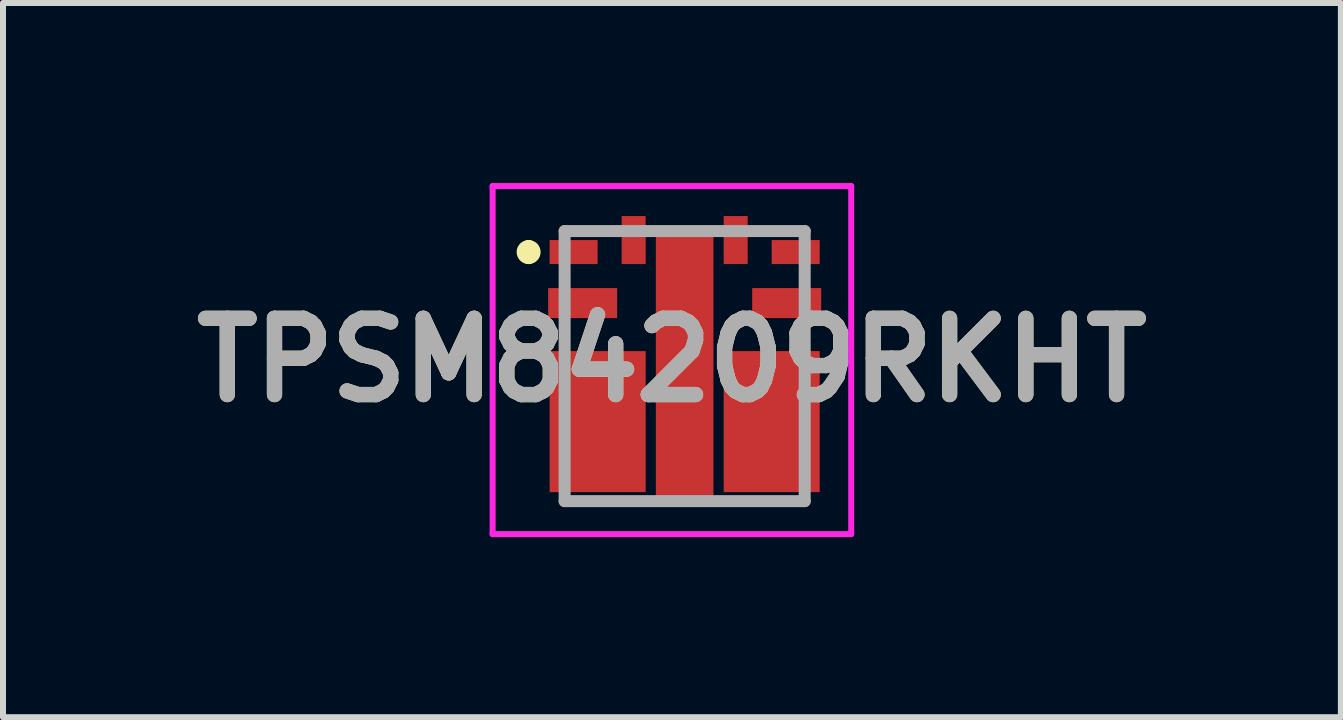
<source format=kicad_pcb>
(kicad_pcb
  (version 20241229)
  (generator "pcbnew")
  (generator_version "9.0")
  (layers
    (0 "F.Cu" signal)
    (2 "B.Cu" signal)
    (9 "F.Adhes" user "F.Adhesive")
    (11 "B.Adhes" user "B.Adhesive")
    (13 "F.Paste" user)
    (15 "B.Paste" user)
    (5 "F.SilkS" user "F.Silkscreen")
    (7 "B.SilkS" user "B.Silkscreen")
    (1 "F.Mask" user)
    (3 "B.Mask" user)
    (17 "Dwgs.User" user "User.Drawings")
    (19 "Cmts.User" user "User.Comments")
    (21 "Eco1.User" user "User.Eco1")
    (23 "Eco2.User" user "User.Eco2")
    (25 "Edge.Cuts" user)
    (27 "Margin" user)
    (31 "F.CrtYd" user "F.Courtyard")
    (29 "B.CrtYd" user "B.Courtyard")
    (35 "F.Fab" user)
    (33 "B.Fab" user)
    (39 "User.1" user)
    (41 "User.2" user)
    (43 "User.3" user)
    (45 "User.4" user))
  (footprint "TPSM84209RKHT"
    (layer "F.Cu")
    (at 8.358 3.05)
    (property "Reference" "TPSM84209RKHT" (at -0.212 -0.1 0) (layer "F.SilkS") (effects (font (size 1.27 1.27) (thickness 0.254))))
    (attr smd)
    (fp_line (start -2.6 -2) (end -2.6 -2) (stroke (width 0.2) (type solid)) (layer "F.SilkS"))
    (fp_line (start -2.6 -1.8) (end -2.6 -1.8) (stroke (width 0.2) (type solid)) (layer "F.SilkS"))
    (fp_line (start -2 -0.6) (end -2 -0.4) (stroke (width 0.1) (type solid)) (layer "F.SilkS"))
    (fp_line (start -2 2.25) (end -0.8 2.25) (stroke (width 0.1) (type solid)) (layer "F.SilkS"))
    (fp_line (start -1.4 -2.25) (end -2 -2.25) (stroke (width 0.1) (type solid)) (layer "F.SilkS"))
    (fp_line (start 0.8 2.25) (end 2 2.25) (stroke (width 0.1) (type solid)) (layer "F.SilkS"))
    (fp_line (start 1.4 -2.25) (end 2 -2.25) (stroke (width 0.1) (type solid)) (layer "F.SilkS"))
    (fp_line (start 2 -0.6) (end 2 -0.4) (stroke (width 0.1) (type solid)) (layer "F.SilkS"))
    (fp_arc (start -2.6 -2) (mid -2.5 -1.9) (end -2.6 -1.8) (stroke (width 0.2) (type solid)) (layer "F.SilkS"))
    (fp_arc (start -2.6 -1.8) (mid -2.7 -1.9) (end -2.6 -2) (stroke (width 0.2) (type solid)) (layer "F.SilkS"))
    (fp_line (start -3.2 -3) (end 2.775 -3) (stroke (width 0.1) (type solid)) (layer "F.CrtYd"))
    (fp_line (start -3.2 2.8) (end -3.2 -3) (stroke (width 0.1) (type solid)) (layer "F.CrtYd"))
    (fp_line (start 2.775 -3) (end 2.775 2.8) (stroke (width 0.1) (type solid)) (layer "F.CrtYd"))
    (fp_line (start 2.775 2.8) (end -3.2 2.8) (stroke (width 0.1) (type solid)) (layer "F.CrtYd"))
    (fp_line (start -2 -2.25) (end 2 -2.25) (stroke (width 0.2) (type solid)) (layer "F.Fab"))
    (fp_line (start -2 2.25) (end -2 -2.25) (stroke (width 0.2) (type solid)) (layer "F.Fab"))
    (fp_line (start 2 -2.25) (end 2 2.25) (stroke (width 0.2) (type solid)) (layer "F.Fab"))
    (fp_line (start 2 2.25) (end -2 2.25) (stroke (width 0.2) (type solid)) (layer "F.Fab"))
    (fp_text user "${REFERENCE}" (at -0.212 -0.1 0) (layer "F.Fab") (effects (font (size 1.27 1.27) (thickness 0.254))))
    (pad "1" smd rect (at -1.85 -1.9 90) (size 0.4 0.8) (layers "F.Cu" "F.Mask" "F.Paste"))
    (pad "2" smd rect (at -1.7 -1.05 90) (size 0.5 1.15) (layers "F.Cu" "F.Mask" "F.Paste"))
    (pad "3" smd rect (at -1.45 0.925) (size 1.6 2.35) (layers "F.Cu" "F.Mask" "F.Paste"))
    (pad "4" smd rect (at 1.45 0.925) (size 1.6 2.35) (layers "F.Cu" "F.Mask" "F.Paste"))
    (pad "5" smd rect (at 1.7 -1.05 90) (size 0.5 1.15) (layers "F.Cu" "F.Mask" "F.Paste"))
    (pad "6" smd rect (at 1.85 -1.9 90) (size 0.4 0.8) (layers "F.Cu" "F.Mask" "F.Paste"))
    (pad "7" smd rect (at 0.85 -2.1) (size 0.4 0.8) (layers "F.Cu" "F.Mask" "F.Paste"))
    (pad "8" smd rect (at 0 0) (size 0.96 4.6) (layers "F.Cu" "F.Mask" "F.Paste"))
    (pad "9" smd rect (at -0.85 -2.1) (size 0.4 0.8) (layers "F.Cu" "F.Mask" "F.Paste")))
  (gr_rect
    (start -3 -3)
    (end 19.292 8.9)
    (stroke (width 0.1) (type default))
    (fill no)
    (layer "Edge.Cuts")))
</source>
